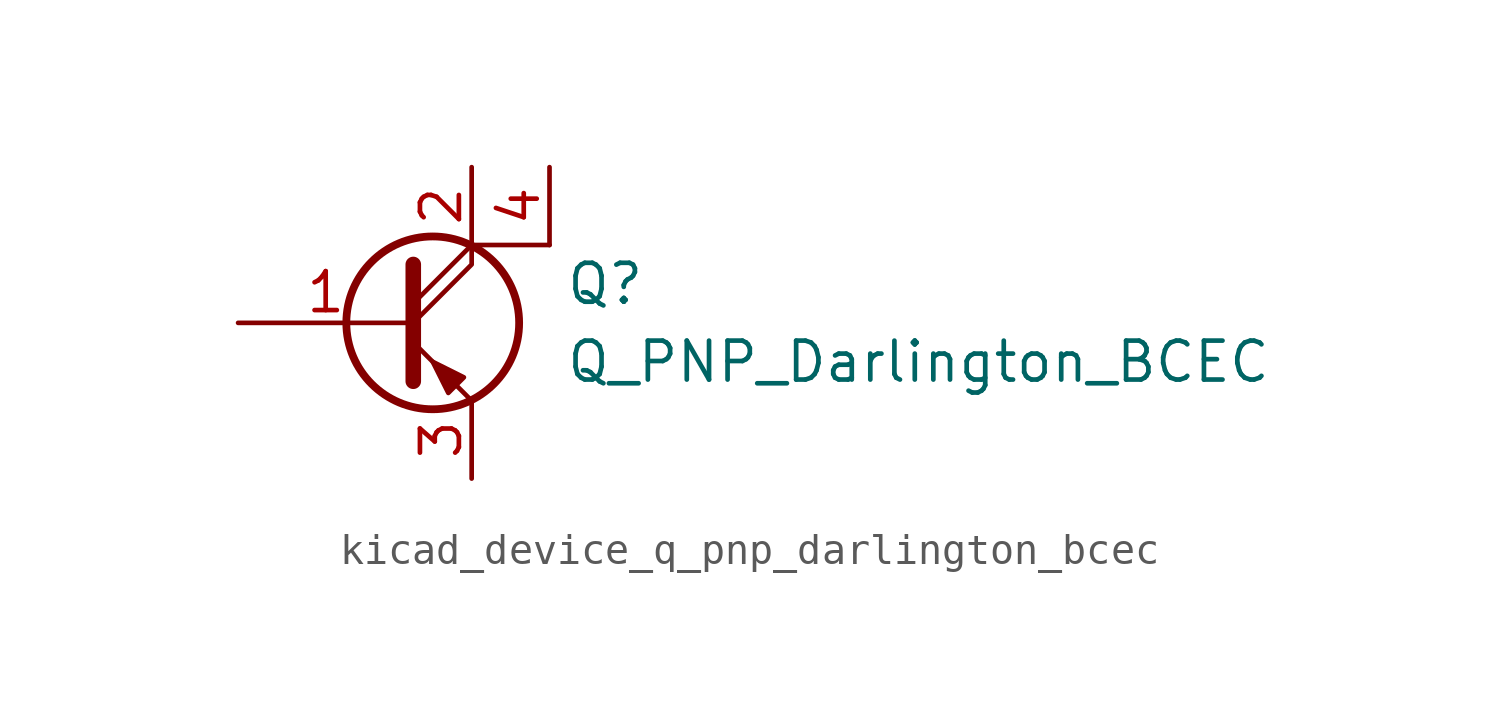
<source format=kicad_sym>
(kicad_symbol_lib
  (version 20220914)
  (generator kicad_symbol_editor)
  (symbol "kicad_device_q_pnp_darlington_bcec"
    (pin_names
      (offset 0) hide)
    (property "Reference" "Q"
      (at 5.588 1.27 0)
      (effects (font (size 1.27 1.27)) (justify left)))
    (property "Value" "Q_PNP_Darlington_BCEC"
      (at 5.588 -1.27 0)
      (effects (font (size 1.27 1.27)) (justify left)))
    (symbol "kicad_device_q_pnp_darlington_bcec_0_1"
      (polyline (pts (xy 0.635 0.635) (xy 2.54 2.54)) (stroke (width 0) (type default)) (fill (type none)))
      (polyline (pts (xy 5.08 2.54) (xy 2.54 2.54)) (stroke (width 0) (type default)) (fill (type none)))
      (polyline (pts (xy 0.635 -0.635) (xy 2.54 -2.54) (xy 2.54 -2.54)) (stroke (width 0) (type default)) (fill (type none)))
      (polyline (pts (xy 0.635 0) (xy 2.54 1.905) (xy 2.54 2.54)) (stroke (width 0) (type default)) (fill (type none)))
      (polyline (pts (xy 0.635 1.905) (xy 0.635 -1.905) (xy 0.635 -1.905)) (stroke (width 0.508) (type default)) (fill (type none)))
      (polyline (pts (xy 2.286 -1.778) (xy 1.778 -2.286) (xy 1.27 -1.27) (xy 2.286 -1.778) (xy 2.286 -1.778)) (stroke (width 0) (type default)) (fill (type outline)))
      (circle (center 1.27 0) (radius 2.819) (stroke (width 0.254) (type default)) (fill (type none))))
    (symbol "kicad_device_q_pnp_darlington_bcec_1_1"
      (pin input line (at -5.08 0 0) (length 5.715) (name "B" (effects (font (size 1.27 1.27)))) (number "1" (effects (font (size 1.27 1.27)))))
      (pin passive line (at 2.54 5.08 270) (length 2.54) (name "C" (effects (font (size 1.27 1.27)))) (number "2" (effects (font (size 1.27 1.27)))))
      (pin passive line (at 2.54 -5.08 90) (length 2.54) (name "E" (effects (font (size 1.27 1.27)))) (number "3" (effects (font (size 1.27 1.27)))))
      (pin passive line (at 5.08 5.08 270) (length 2.54) (name "C" (effects (font (size 1.27 1.27)))) (number "4" (effects (font (size 1.27 1.27))))))))
</source>
